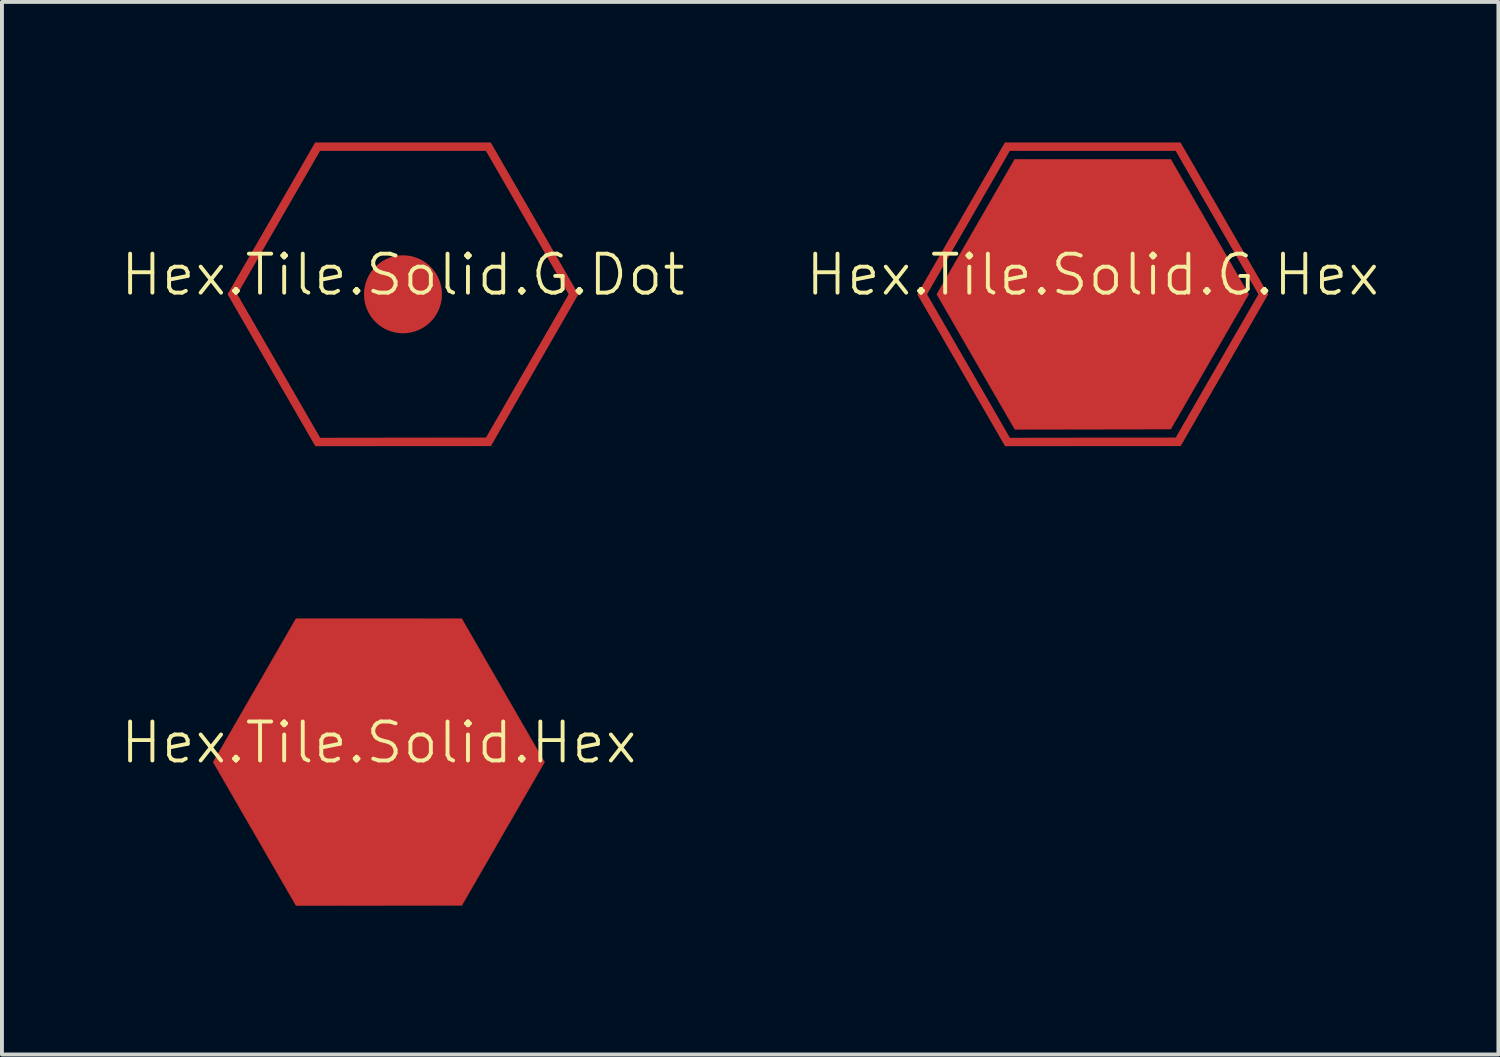
<source format=kicad_pcb>
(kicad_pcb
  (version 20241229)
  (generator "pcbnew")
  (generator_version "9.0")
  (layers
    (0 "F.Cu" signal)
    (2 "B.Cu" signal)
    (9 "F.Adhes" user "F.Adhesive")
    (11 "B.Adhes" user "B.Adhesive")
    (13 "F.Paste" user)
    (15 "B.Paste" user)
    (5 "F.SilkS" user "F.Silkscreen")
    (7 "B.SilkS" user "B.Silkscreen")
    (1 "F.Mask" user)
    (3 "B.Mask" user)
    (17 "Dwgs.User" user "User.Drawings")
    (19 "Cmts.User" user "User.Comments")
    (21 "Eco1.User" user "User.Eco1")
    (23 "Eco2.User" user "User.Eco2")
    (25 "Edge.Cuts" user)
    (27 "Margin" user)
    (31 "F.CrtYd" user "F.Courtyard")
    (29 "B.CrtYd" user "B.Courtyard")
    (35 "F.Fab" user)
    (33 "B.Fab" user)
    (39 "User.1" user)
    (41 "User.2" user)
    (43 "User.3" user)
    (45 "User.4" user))
  (footprint "Hex.Tile.Solid.G.Dot"
    (layer "F.Cu")
    (at 7.288 4.5)
    (property "Reference" "Hex.Tile.Solid.G.Dot" (at 0 -0.5 0) (unlocked yes) (layer "F.SilkS") (effects (font (size 1 1) (thickness 0.1))))
    (fp_circle (center 0 0) (end 1 0) (stroke (width 0.001) (type solid)) (fill yes) (layer "F.Cu"))
    (fp_poly (pts (xy -2.127 -3.679) (xy 2.127 -3.68) (xy 4.25 0) (xy 2.129 3.675) (xy -2.124 3.681) (xy -4.25 0) (xy -4.5 0) (xy -2.249 3.897) (xy 2.256 3.894) (xy 4.5 0) (xy 2.252 -3.896) (xy -2.253 -3.896) (xy -4.5 0) (xy -4.25 0)) (stroke (width 0.001) (type solid)) (fill yes) (layer "F.Cu"))
    (fp_line (start -4.5 0) (end -2.249 3.897) (stroke (width 0.1) (type default)) (layer "User.8"))
    (fp_line (start -4.25 0) (end -2.124 3.681) (stroke (width 0.1) (type solid)) (layer "User.8"))
    (fp_line (start -4 0) (end -4.5 0) (stroke (width 0.1) (type solid)) (layer "User.8"))
    (fp_line (start -4 0) (end -1.999 3.464) (stroke (width 0.1) (type default)) (layer "User.8"))
    (fp_line (start -2.256 -3.898) (end -4.504 -0.002) (stroke (width 0.1) (type default)) (layer "User.8"))
    (fp_line (start -2.253 -3.896) (end -2.127 -3.679) (stroke (width 0.1) (type solid)) (layer "User.8"))
    (fp_line (start -2.249 3.897) (end 2.256 3.894) (stroke (width 0.1) (type default)) (layer "User.8"))
    (fp_line (start -2.127 -3.679) (end -4.25 0) (stroke (width 0.1) (type solid)) (layer "User.8"))
    (fp_line (start -2.127 -3.679) (end 2.127 -3.68) (stroke (width 0.1) (type solid)) (layer "User.8"))
    (fp_line (start -2.124 3.681) (end 2.129 3.675) (stroke (width 0.1) (type solid)) (layer "User.8"))
    (fp_line (start -2.002 -3.463) (end -4 0) (stroke (width 0.1) (type default)) (layer "User.8"))
    (fp_line (start -2.002 -3.463) (end -2.253 -3.896) (stroke (width 0.1) (type solid)) (layer "User.8"))
    (fp_line (start -1.999 3.464) (end -2.249 3.897) (stroke (width 0.1) (type solid)) (layer "User.8"))
    (fp_line (start -1.999 3.464) (end 2.002 3.457) (stroke (width 0.1) (type default)) (layer "User.8"))
    (fp_line (start 2.002 -3.463) (end -2.002 -3.463) (stroke (width 0.1) (type default)) (layer "User.8"))
    (fp_line (start 2.002 -3.463) (end 2.252 -3.896) (stroke (width 0.1) (type solid)) (layer "User.8"))
    (fp_line (start 2.002 3.457) (end 2.256 3.894) (stroke (width 0.1) (type solid)) (layer "User.8"))
    (fp_line (start 2.002 3.457) (end 4 0) (stroke (width 0.1) (type default)) (layer "User.8"))
    (fp_line (start 2.129 3.675) (end 4.25 0) (stroke (width 0.1) (type solid)) (layer "User.8"))
    (fp_line (start 2.252 -3.896) (end -2.253 -3.896) (stroke (width 0.1) (type default)) (layer "User.8"))
    (fp_line (start 2.256 3.894) (end 4.5 0) (stroke (width 0.1) (type default)) (layer "User.8"))
    (fp_line (start 4 0) (end 2.002 -3.463) (stroke (width 0.1) (type default)) (layer "User.8"))
    (fp_line (start 4 0) (end 4.5 0) (stroke (width 0.1) (type solid)) (layer "User.8"))
    (fp_line (start 4.25 0) (end 2.127 -3.68) (stroke (width 0.1) (type solid)) (layer "User.8"))
    (fp_line (start 4.5 0) (end 2.252 -3.896) (stroke (width 0.1) (type default)) (layer "User.8"))
    (fp_circle (center 0 0) (end 4 0) (stroke (width 0.001) (type default)) (fill no) (layer "User.8"))
    (fp_circle (center 0 0) (end 4.5 0) (stroke (width 0.001) (type default)) (fill no) (layer "User.8"))
    (fp_poly (pts (xy 4.5 0) (xy 2.252 -3.896) (xy -2.253 -3.896) (xy -4.5 0) (xy -2.249 3.897) (xy 2.256 3.894)) (stroke (width 0.1) (type solid)) (fill no) (layer "User.8")))
  (footprint "Hex.Tile.Solid.Hex"
    (layer "F.Cu")
    (at 6.669 16.502)
    (property "Reference" "Hex.Tile.Solid.Hex" (at 0 -0.5 0) (unlocked yes) (layer "F.SilkS") (effects (font (size 1 1) (thickness 0.1))))
    (fp_poly (pts (xy 4.25 0) (xy 2.127 -3.68) (xy -2.127 -3.679) (xy -4.25 0) (xy -2.124 3.681) (xy 2.129 3.675)) (stroke (width 0.01) (type solid)) (fill yes) (layer "F.Cu"))
    (fp_line (start -4.5 0) (end -2.249 3.897) (stroke (width 0.1) (type default)) (layer "User.8"))
    (fp_line (start -4.25 0) (end -2.124 3.681) (stroke (width 0.1) (type solid)) (layer "User.8"))
    (fp_line (start -4 0) (end -4.5 0) (stroke (width 0.1) (type solid)) (layer "User.8"))
    (fp_line (start -4 0) (end -1.999 3.464) (stroke (width 0.1) (type default)) (layer "User.8"))
    (fp_line (start -2.256 -3.898) (end -4.504 -0.002) (stroke (width 0.1) (type default)) (layer "User.8"))
    (fp_line (start -2.253 -3.896) (end -2.127 -3.679) (stroke (width 0.1) (type solid)) (layer "User.8"))
    (fp_line (start -2.249 3.897) (end 2.256 3.894) (stroke (width 0.1) (type default)) (layer "User.8"))
    (fp_line (start -2.127 -3.679) (end -4.25 0) (stroke (width 0.1) (type solid)) (layer "User.8"))
    (fp_line (start -2.127 -3.679) (end 2.127 -3.68) (stroke (width 0.1) (type solid)) (layer "User.8"))
    (fp_line (start -2.124 3.681) (end 2.129 3.675) (stroke (width 0.1) (type solid)) (layer "User.8"))
    (fp_line (start -2.002 -3.463) (end -4 0) (stroke (width 0.1) (type default)) (layer "User.8"))
    (fp_line (start -2.002 -3.463) (end -2.253 -3.896) (stroke (width 0.1) (type solid)) (layer "User.8"))
    (fp_line (start -1.999 3.464) (end -2.249 3.897) (stroke (width 0.1) (type solid)) (layer "User.8"))
    (fp_line (start -1.999 3.464) (end 2.002 3.457) (stroke (width 0.1) (type default)) (layer "User.8"))
    (fp_line (start 2.002 -3.463) (end -2.002 -3.463) (stroke (width 0.1) (type default)) (layer "User.8"))
    (fp_line (start 2.002 -3.463) (end 2.252 -3.896) (stroke (width 0.1) (type solid)) (layer "User.8"))
    (fp_line (start 2.002 3.457) (end 2.256 3.894) (stroke (width 0.1) (type solid)) (layer "User.8"))
    (fp_line (start 2.002 3.457) (end 4 0) (stroke (width 0.1) (type default)) (layer "User.8"))
    (fp_line (start 2.129 3.675) (end 4.25 0) (stroke (width 0.1) (type solid)) (layer "User.8"))
    (fp_line (start 2.252 -3.896) (end -2.253 -3.896) (stroke (width 0.1) (type default)) (layer "User.8"))
    (fp_line (start 2.256 3.894) (end 4.5 0) (stroke (width 0.1) (type default)) (layer "User.8"))
    (fp_line (start 4 0) (end 2.002 -3.463) (stroke (width 0.1) (type default)) (layer "User.8"))
    (fp_line (start 4 0) (end 4.5 0) (stroke (width 0.1) (type solid)) (layer "User.8"))
    (fp_line (start 4.25 0) (end 2.127 -3.68) (stroke (width 0.1) (type solid)) (layer "User.8"))
    (fp_line (start 4.5 0) (end 2.252 -3.896) (stroke (width 0.1) (type default)) (layer "User.8"))
    (fp_circle (center 0 0) (end 4 0) (stroke (width 0.001) (type default)) (fill no) (layer "User.8"))
    (fp_circle (center 0 0) (end 4.5 0) (stroke (width 0.001) (type default)) (fill no) (layer "User.8"))
    (fp_poly (pts (xy 4.5 0) (xy 2.252 -3.896) (xy -2.253 -3.896) (xy -4.5 0) (xy -2.249 3.897) (xy 2.256 3.894)) (stroke (width 0.1) (type solid)) (fill no) (layer "User.8"))
    (fp_poly (pts (xy -2.127 -3.679) (xy 2.127 -3.68) (xy 4.25 0) (xy 2.129 3.675) (xy -2.124 3.681) (xy -4.25 0) (xy -4.5 0) (xy -2.249 3.897) (xy 2.256 3.894) (xy 4.5 0) (xy 2.252 -3.896) (xy -2.253 -3.896) (xy -4.5 0) (xy -4.25 0)) (stroke (width 0.001) (type solid)) (fill no) (layer "User.8")))
  (footprint "Hex.Tile.Solid.G.Hex"
    (layer "F.Cu")
    (at 24.983 4.5)
    (property "Reference" "Hex.Tile.Solid.G.Hex" (at 0 -0.5 0) (unlocked yes) (layer "F.SilkS") (effects (font (size 1 1) (thickness 0.1))))
    (fp_poly (pts (xy 4 0) (xy 2.002 -3.463) (xy -2.002 -3.463) (xy -4 0) (xy -1.999 3.464) (xy 2.002 3.457)) (stroke (width 0.01) (type solid)) (fill yes) (layer "F.Cu"))
    (fp_poly (pts (xy -2.127 -3.679) (xy 2.127 -3.68) (xy 4.25 0) (xy 2.129 3.675) (xy -2.124 3.681) (xy -4.25 0) (xy -4.5 0) (xy -2.249 3.897) (xy 2.256 3.894) (xy 4.5 0) (xy 2.252 -3.896) (xy -2.253 -3.896) (xy -4.5 0) (xy -4.25 0)) (stroke (width 0.001) (type solid)) (fill yes) (layer "F.Cu"))
    (fp_line (start -4.5 0) (end -2.249 3.897) (stroke (width 0.1) (type default)) (layer "User.8"))
    (fp_line (start -4.25 0) (end -2.124 3.681) (stroke (width 0.1) (type solid)) (layer "User.8"))
    (fp_line (start -4 0) (end -4.5 0) (stroke (width 0.1) (type solid)) (layer "User.8"))
    (fp_line (start -4 0) (end -1.999 3.464) (stroke (width 0.1) (type default)) (layer "User.8"))
    (fp_line (start -2.256 -3.898) (end -4.504 -0.002) (stroke (width 0.1) (type default)) (layer "User.8"))
    (fp_line (start -2.253 -3.896) (end -2.127 -3.679) (stroke (width 0.1) (type solid)) (layer "User.8"))
    (fp_line (start -2.249 3.897) (end 2.256 3.894) (stroke (width 0.1) (type default)) (layer "User.8"))
    (fp_line (start -2.127 -3.679) (end -4.25 0) (stroke (width 0.1) (type solid)) (layer "User.8"))
    (fp_line (start -2.127 -3.679) (end 2.127 -3.68) (stroke (width 0.1) (type solid)) (layer "User.8"))
    (fp_line (start -2.124 3.681) (end 2.129 3.675) (stroke (width 0.1) (type solid)) (layer "User.8"))
    (fp_line (start -2.002 -3.463) (end -4 0) (stroke (width 0.1) (type default)) (layer "User.8"))
    (fp_line (start -2.002 -3.463) (end -2.253 -3.896) (stroke (width 0.1) (type solid)) (layer "User.8"))
    (fp_line (start -1.999 3.464) (end -2.249 3.897) (stroke (width 0.1) (type solid)) (layer "User.8"))
    (fp_line (start -1.999 3.464) (end 2.002 3.457) (stroke (width 0.1) (type default)) (layer "User.8"))
    (fp_line (start 2.002 -3.463) (end -2.002 -3.463) (stroke (width 0.1) (type default)) (layer "User.8"))
    (fp_line (start 2.002 -3.463) (end 2.252 -3.896) (stroke (width 0.1) (type solid)) (layer "User.8"))
    (fp_line (start 2.002 3.457) (end 2.256 3.894) (stroke (width 0.1) (type solid)) (layer "User.8"))
    (fp_line (start 2.002 3.457) (end 4 0) (stroke (width 0.1) (type default)) (layer "User.8"))
    (fp_line (start 2.129 3.675) (end 4.25 0) (stroke (width 0.1) (type solid)) (layer "User.8"))
    (fp_line (start 2.252 -3.896) (end -2.253 -3.896) (stroke (width 0.1) (type default)) (layer "User.8"))
    (fp_line (start 2.256 3.894) (end 4.5 0) (stroke (width 0.1) (type default)) (layer "User.8"))
    (fp_line (start 4 0) (end 2.002 -3.463) (stroke (width 0.1) (type default)) (layer "User.8"))
    (fp_line (start 4 0) (end 4.5 0) (stroke (width 0.1) (type solid)) (layer "User.8"))
    (fp_line (start 4.25 0) (end 2.127 -3.68) (stroke (width 0.1) (type solid)) (layer "User.8"))
    (fp_line (start 4.5 0) (end 2.252 -3.896) (stroke (width 0.1) (type default)) (layer "User.8"))
    (fp_circle (center 0 0) (end 4 0) (stroke (width 0.001) (type default)) (fill no) (layer "User.8"))
    (fp_circle (center 0 0) (end 4.5 0) (stroke (width 0.001) (type default)) (fill no) (layer "User.8"))
    (fp_poly (pts (xy 4.5 0) (xy 2.252 -3.896) (xy -2.253 -3.896) (xy -4.5 0) (xy -2.249 3.897) (xy 2.256 3.894)) (stroke (width 0.1) (type solid)) (fill no) (layer "User.8")))
  (gr_rect
    (start -3 -3)
    (end 35.39 24.002)
    (stroke (width 0.1) (type default))
    (fill no)
    (layer "Edge.Cuts")))
</source>
